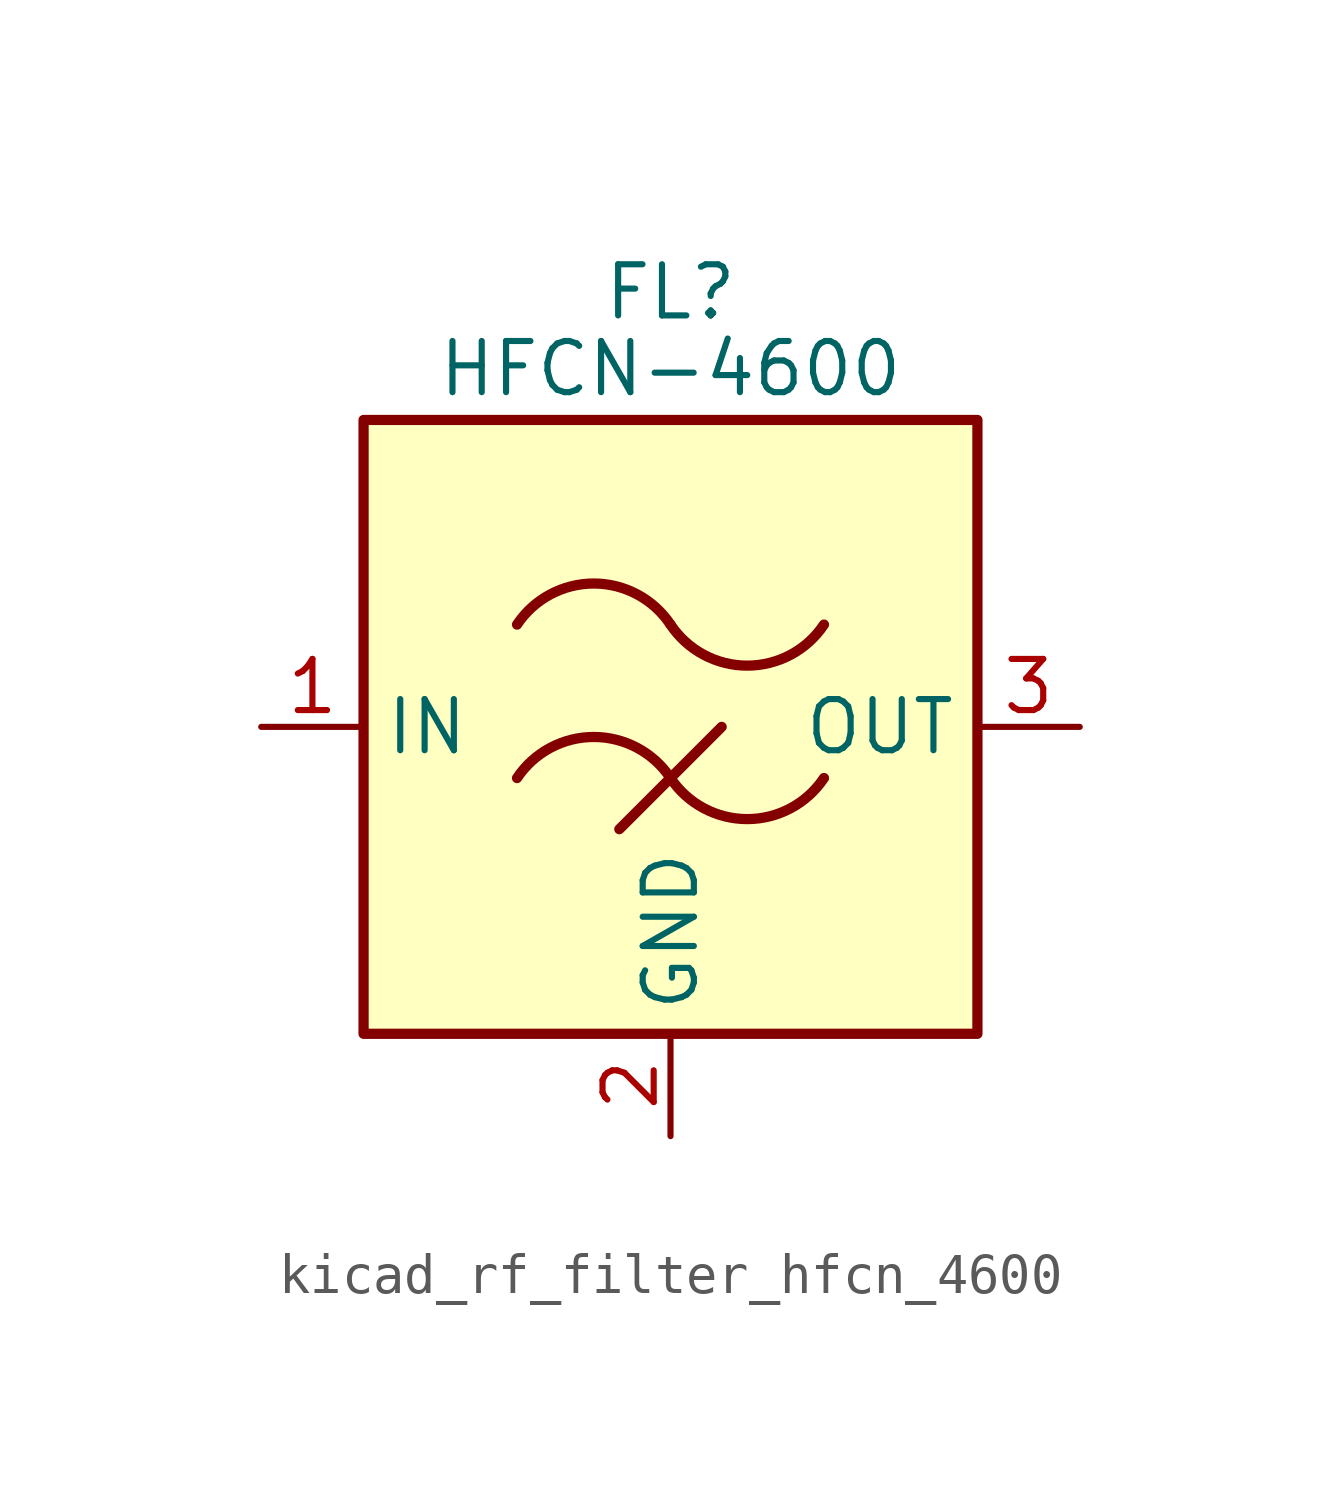
<source format=kicad_sym>
(kicad_symbol_lib
  (version 20220914)
  (generator kicad_symbol_editor)
  (symbol "kicad_rf_filter_hfcn_4600"
    (property "Reference" "FL"
      (at 0 10.795 0)
      (effects (font (size 1.27 1.27))))
    (property "Value" "HFCN-4600"
      (at 0 8.89 0)
      (effects (font (size 1.27 1.27))))
    (symbol "kicad_rf_filter_hfcn_4600_0_1"
      (rectangle (start -7.62 7.62) (end 7.62 -7.62) (stroke (width 0.254) (type default)) (fill (type background)))
      (arc (start 0 -1.27) (mid -1.905 -0.2505) (end -3.81 -1.27) (stroke (width 0.254) (type default)) (fill (type none)))
      (arc (start 0 -1.27) (mid 1.905 -2.2895) (end 3.81 -1.27) (stroke (width 0.254) (type default)) (fill (type none)))
      (polyline (pts (xy -1.27 -2.54) (xy 1.27 0)) (stroke (width 0.254) (type default)) (fill (type none)))
      (arc (start 0 2.54) (mid -1.905 3.5595) (end -3.81 2.54) (stroke (width 0.254) (type default)) (fill (type none)))
      (arc (start 0 2.54) (mid 1.905 1.5205) (end 3.81 2.54) (stroke (width 0.254) (type default)) (fill (type none))))
    (symbol "kicad_rf_filter_hfcn_4600_1_1"
      (pin passive line (at -10.16 0 0) (length 2.54) (name "IN" (effects (font (size 1.27 1.27)))) (number "1" (effects (font (size 1.27 1.27)))))
      (pin passive line (at 0 -10.16 90) (length 2.54) (name "GND" (effects (font (size 1.27 1.27)))) (number "2" (effects (font (size 1.27 1.27)))))
      (pin passive line (at 10.16 0 180) (length 2.54) (name "OUT" (effects (font (size 1.27 1.27)))) (number "3" (effects (font (size 1.27 1.27)))))
      (pin passive line (at 0 -10.16 90) (length 2.54) hide (name "GND" (effects (font (size 1.27 1.27)))) (number "4" (effects (font (size 1.27 1.27)))))
      (pin passive line (at 0 -10.16 90) (length 2.54) hide (name "GND" (effects (font (size 1.27 1.27)))) (number "5" (effects (font (size 1.27 1.27)))))
      (pin passive line (at 0 -10.16 90) (length 2.54) hide (name "GND" (effects (font (size 1.27 1.27)))) (number "6" (effects (font (size 1.27 1.27))))))))
</source>
